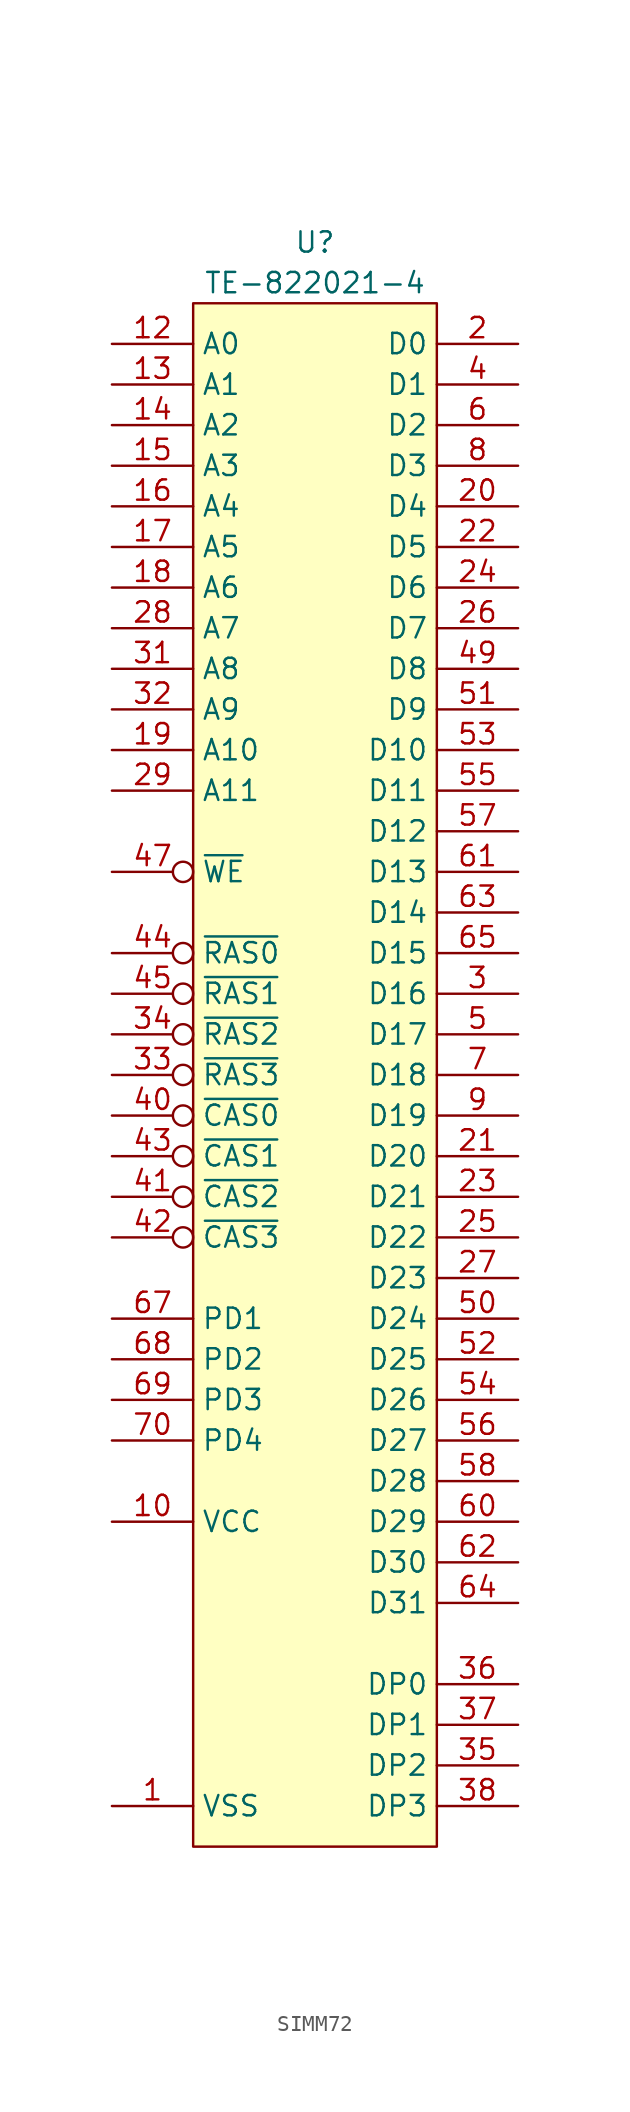
<source format=kicad_sym>
(kicad_symbol_lib
  (version 20220914)
  (generator kicad_symbol_editor)
  (symbol "SIMM72"
    (property "Reference" "U"
      (at 0 3.81 0)
      (effects (font (size 1.27 1.27))))
    (property "Value" "TE-822021-4"
      (at 0 1.27 0)
      (effects (font (size 1.27 1.27))))
    (symbol "SIMM72_0_0"
      (pin power_in line (at -12.7 -93.98 0) (length 5.08) (name "VSS" (effects (font (size 1.27 1.27)))) (number "1" (effects (font (size 1.27 1.27)))))
      (pin power_in line (at -12.7 -76.2 0) (length 5.08) (name "VCC" (effects (font (size 1.27 1.27)))) (number "10" (effects (font (size 1.27 1.27)))))
      (pin no_connect non_logic (at -12.7 -88.9 0) (length 5.08) hide (name "NC" (effects (font (size 1.27 1.27)))) (number "11" (effects (font (size 1.27 1.27)))))
      (pin input line (at -12.7 -2.54 0) (length 5.08) (name "A0" (effects (font (size 1.27 1.27)))) (number "12" (effects (font (size 1.27 1.27)))))
      (pin input line (at -12.7 -5.08 0) (length 5.08) (name "A1" (effects (font (size 1.27 1.27)))) (number "13" (effects (font (size 1.27 1.27)))))
      (pin input line (at -12.7 -7.62 0) (length 5.08) (name "A2" (effects (font (size 1.27 1.27)))) (number "14" (effects (font (size 1.27 1.27)))))
      (pin input line (at -12.7 -10.16 0) (length 5.08) (name "A3" (effects (font (size 1.27 1.27)))) (number "15" (effects (font (size 1.27 1.27)))))
      (pin input line (at -12.7 -12.7 0) (length 5.08) (name "A4" (effects (font (size 1.27 1.27)))) (number "16" (effects (font (size 1.27 1.27)))))
      (pin input line (at -12.7 -15.24 0) (length 5.08) (name "A5" (effects (font (size 1.27 1.27)))) (number "17" (effects (font (size 1.27 1.27)))))
      (pin input line (at -12.7 -17.78 0) (length 5.08) (name "A6" (effects (font (size 1.27 1.27)))) (number "18" (effects (font (size 1.27 1.27)))))
      (pin input line (at -12.7 -27.94 0) (length 5.08) (name "A10" (effects (font (size 1.27 1.27)))) (number "19" (effects (font (size 1.27 1.27)))))
      (pin bidirectional line (at 12.7 -2.54 180) (length 5.08) (name "D0" (effects (font (size 1.27 1.27)))) (number "2" (effects (font (size 1.27 1.27)))))
      (pin bidirectional line (at 12.7 -12.7 180) (length 5.08) (name "D4" (effects (font (size 1.27 1.27)))) (number "20" (effects (font (size 1.27 1.27)))))
      (pin bidirectional line (at 12.7 -53.34 180) (length 5.08) (name "D20" (effects (font (size 1.27 1.27)))) (number "21" (effects (font (size 1.27 1.27)))))
      (pin bidirectional line (at 12.7 -15.24 180) (length 5.08) (name "D5" (effects (font (size 1.27 1.27)))) (number "22" (effects (font (size 1.27 1.27)))))
      (pin bidirectional line (at 12.7 -55.88 180) (length 5.08) (name "D21" (effects (font (size 1.27 1.27)))) (number "23" (effects (font (size 1.27 1.27)))))
      (pin bidirectional line (at 12.7 -17.78 180) (length 5.08) (name "D6" (effects (font (size 1.27 1.27)))) (number "24" (effects (font (size 1.27 1.27)))))
      (pin bidirectional line (at 12.7 -58.42 180) (length 5.08) (name "D22" (effects (font (size 1.27 1.27)))) (number "25" (effects (font (size 1.27 1.27)))))
      (pin bidirectional line (at 12.7 -20.32 180) (length 5.08) (name "D7" (effects (font (size 1.27 1.27)))) (number "26" (effects (font (size 1.27 1.27)))))
      (pin bidirectional line (at 12.7 -60.96 180) (length 5.08) (name "D23" (effects (font (size 1.27 1.27)))) (number "27" (effects (font (size 1.27 1.27)))))
      (pin input line (at -12.7 -20.32 0) (length 5.08) (name "A7" (effects (font (size 1.27 1.27)))) (number "28" (effects (font (size 1.27 1.27)))))
      (pin input line (at -12.7 -30.48 0) (length 5.08) (name "A11" (effects (font (size 1.27 1.27)))) (number "29" (effects (font (size 1.27 1.27)))))
      (pin bidirectional line (at 12.7 -43.18 180) (length 5.08) (name "D16" (effects (font (size 1.27 1.27)))) (number "3" (effects (font (size 1.27 1.27)))))
      (pin power_in line (at -12.7 -76.2 0) (length 5.08) hide (name "VCC" (effects (font (size 1.27 1.27)))) (number "30" (effects (font (size 1.27 1.27)))))
      (pin input line (at -12.7 -22.86 0) (length 5.08) (name "A8" (effects (font (size 1.27 1.27)))) (number "31" (effects (font (size 1.27 1.27)))))
      (pin input line (at -12.7 -25.4 0) (length 5.08) (name "A9" (effects (font (size 1.27 1.27)))) (number "32" (effects (font (size 1.27 1.27)))))
      (pin input inverted (at -12.7 -48.26 0) (length 5.08) (name "~{RAS3}" (effects (font (size 1.27 1.27)))) (number "33" (effects (font (size 1.27 1.27)))))
      (pin input inverted (at -12.7 -45.72 0) (length 5.08) (name "~{RAS2}" (effects (font (size 1.27 1.27)))) (number "34" (effects (font (size 1.27 1.27)))))
      (pin bidirectional line (at 12.7 -91.44 180) (length 5.08) (name "DP2" (effects (font (size 1.27 1.27)))) (number "35" (effects (font (size 1.27 1.27)))))
      (pin bidirectional line (at 12.7 -86.36 180) (length 5.08) (name "DP0" (effects (font (size 1.27 1.27)))) (number "36" (effects (font (size 1.27 1.27)))))
      (pin bidirectional line (at 12.7 -88.9 180) (length 5.08) (name "DP1" (effects (font (size 1.27 1.27)))) (number "37" (effects (font (size 1.27 1.27)))))
      (pin bidirectional line (at 12.7 -93.98 180) (length 5.08) (name "DP3" (effects (font (size 1.27 1.27)))) (number "38" (effects (font (size 1.27 1.27)))))
      (pin power_in line (at -12.7 -93.98 0) (length 5.08) hide (name "VSS" (effects (font (size 1.27 1.27)))) (number "39" (effects (font (size 1.27 1.27)))))
      (pin bidirectional line (at 12.7 -5.08 180) (length 5.08) (name "D1" (effects (font (size 1.27 1.27)))) (number "4" (effects (font (size 1.27 1.27)))))
      (pin input inverted (at -12.7 -50.8 0) (length 5.08) (name "~{CAS0}" (effects (font (size 1.27 1.27)))) (number "40" (effects (font (size 1.27 1.27)))))
      (pin input inverted (at -12.7 -55.88 0) (length 5.08) (name "~{CAS2}" (effects (font (size 1.27 1.27)))) (number "41" (effects (font (size 1.27 1.27)))))
      (pin input inverted (at -12.7 -58.42 0) (length 5.08) (name "~{CAS3}" (effects (font (size 1.27 1.27)))) (number "42" (effects (font (size 1.27 1.27)))))
      (pin input inverted (at -12.7 -53.34 0) (length 5.08) (name "~{CAS1}" (effects (font (size 1.27 1.27)))) (number "43" (effects (font (size 1.27 1.27)))))
      (pin input inverted (at -12.7 -40.64 0) (length 5.08) (name "~{RAS0}" (effects (font (size 1.27 1.27)))) (number "44" (effects (font (size 1.27 1.27)))))
      (pin input inverted (at -12.7 -43.18 0) (length 5.08) (name "~{RAS1}" (effects (font (size 1.27 1.27)))) (number "45" (effects (font (size 1.27 1.27)))))
      (pin no_connect non_logic (at -12.7 -88.9 0) (length 5.08) hide (name "NC" (effects (font (size 1.27 1.27)))) (number "46" (effects (font (size 1.27 1.27)))))
      (pin input inverted (at -12.7 -35.56 0) (length 5.08) (name "~{WE}" (effects (font (size 1.27 1.27)))) (number "47" (effects (font (size 1.27 1.27)))))
      (pin no_connect non_logic (at -12.7 -88.9 0) (length 5.08) hide (name "NC" (effects (font (size 1.27 1.27)))) (number "48" (effects (font (size 1.27 1.27)))))
      (pin bidirectional line (at 12.7 -22.86 180) (length 5.08) (name "D8" (effects (font (size 1.27 1.27)))) (number "49" (effects (font (size 1.27 1.27)))))
      (pin bidirectional line (at 12.7 -45.72 180) (length 5.08) (name "D17" (effects (font (size 1.27 1.27)))) (number "5" (effects (font (size 1.27 1.27)))))
      (pin bidirectional line (at 12.7 -63.5 180) (length 5.08) (name "D24" (effects (font (size 1.27 1.27)))) (number "50" (effects (font (size 1.27 1.27)))))
      (pin bidirectional line (at 12.7 -25.4 180) (length 5.08) (name "D9" (effects (font (size 1.27 1.27)))) (number "51" (effects (font (size 1.27 1.27)))))
      (pin bidirectional line (at 12.7 -66.04 180) (length 5.08) (name "D25" (effects (font (size 1.27 1.27)))) (number "52" (effects (font (size 1.27 1.27)))))
      (pin bidirectional line (at 12.7 -27.94 180) (length 5.08) (name "D10" (effects (font (size 1.27 1.27)))) (number "53" (effects (font (size 1.27 1.27)))))
      (pin bidirectional line (at 12.7 -68.58 180) (length 5.08) (name "D26" (effects (font (size 1.27 1.27)))) (number "54" (effects (font (size 1.27 1.27)))))
      (pin bidirectional line (at 12.7 -30.48 180) (length 5.08) (name "D11" (effects (font (size 1.27 1.27)))) (number "55" (effects (font (size 1.27 1.27)))))
      (pin bidirectional line (at 12.7 -71.12 180) (length 5.08) (name "D27" (effects (font (size 1.27 1.27)))) (number "56" (effects (font (size 1.27 1.27)))))
      (pin bidirectional line (at 12.7 -33.02 180) (length 5.08) (name "D12" (effects (font (size 1.27 1.27)))) (number "57" (effects (font (size 1.27 1.27)))))
      (pin bidirectional line (at 12.7 -73.66 180) (length 5.08) (name "D28" (effects (font (size 1.27 1.27)))) (number "58" (effects (font (size 1.27 1.27)))))
      (pin power_in line (at -12.7 -76.2 0) (length 5.08) hide (name "VCC" (effects (font (size 1.27 1.27)))) (number "59" (effects (font (size 1.27 1.27)))))
      (pin bidirectional line (at 12.7 -7.62 180) (length 5.08) (name "D2" (effects (font (size 1.27 1.27)))) (number "6" (effects (font (size 1.27 1.27)))))
      (pin bidirectional line (at 12.7 -76.2 180) (length 5.08) (name "D29" (effects (font (size 1.27 1.27)))) (number "60" (effects (font (size 1.27 1.27)))))
      (pin bidirectional line (at 12.7 -35.56 180) (length 5.08) (name "D13" (effects (font (size 1.27 1.27)))) (number "61" (effects (font (size 1.27 1.27)))))
      (pin bidirectional line (at 12.7 -78.74 180) (length 5.08) (name "D30" (effects (font (size 1.27 1.27)))) (number "62" (effects (font (size 1.27 1.27)))))
      (pin bidirectional line (at 12.7 -38.1 180) (length 5.08) (name "D14" (effects (font (size 1.27 1.27)))) (number "63" (effects (font (size 1.27 1.27)))))
      (pin bidirectional line (at 12.7 -81.28 180) (length 5.08) (name "D31" (effects (font (size 1.27 1.27)))) (number "64" (effects (font (size 1.27 1.27)))))
      (pin bidirectional line (at 12.7 -40.64 180) (length 5.08) (name "D15" (effects (font (size 1.27 1.27)))) (number "65" (effects (font (size 1.27 1.27)))))
      (pin no_connect non_logic (at -12.7 -88.9 0) (length 5.08) hide (name "NC" (effects (font (size 1.27 1.27)))) (number "66" (effects (font (size 1.27 1.27)))))
      (pin passive line (at -12.7 -63.5 0) (length 5.08) (name "PD1" (effects (font (size 1.27 1.27)))) (number "67" (effects (font (size 1.27 1.27)))))
      (pin passive line (at -12.7 -66.04 0) (length 5.08) (name "PD2" (effects (font (size 1.27 1.27)))) (number "68" (effects (font (size 1.27 1.27)))))
      (pin passive line (at -12.7 -68.58 0) (length 5.08) (name "PD3" (effects (font (size 1.27 1.27)))) (number "69" (effects (font (size 1.27 1.27)))))
      (pin bidirectional line (at 12.7 -48.26 180) (length 5.08) (name "D18" (effects (font (size 1.27 1.27)))) (number "7" (effects (font (size 1.27 1.27)))))
      (pin passive line (at -12.7 -71.12 0) (length 5.08) (name "PD4" (effects (font (size 1.27 1.27)))) (number "70" (effects (font (size 1.27 1.27)))))
      (pin no_connect non_logic (at -12.7 -88.9 0) (length 5.08) hide (name "NC" (effects (font (size 1.27 1.27)))) (number "71" (effects (font (size 1.27 1.27)))))
      (pin power_in line (at -12.7 -93.98 0) (length 5.08) hide (name "VSS" (effects (font (size 1.27 1.27)))) (number "72" (effects (font (size 1.27 1.27)))))
      (pin bidirectional line (at 12.7 -10.16 180) (length 5.08) (name "D3" (effects (font (size 1.27 1.27)))) (number "8" (effects (font (size 1.27 1.27)))))
      (pin bidirectional line (at 12.7 -50.8 180) (length 5.08) (name "D19" (effects (font (size 1.27 1.27)))) (number "9" (effects (font (size 1.27 1.27))))))
    (symbol "SIMM72_0_1"
      (rectangle (start -7.62 0) (end 7.62 -96.52) (stroke (width 0) (type default)) (fill (type background))))))
</source>
